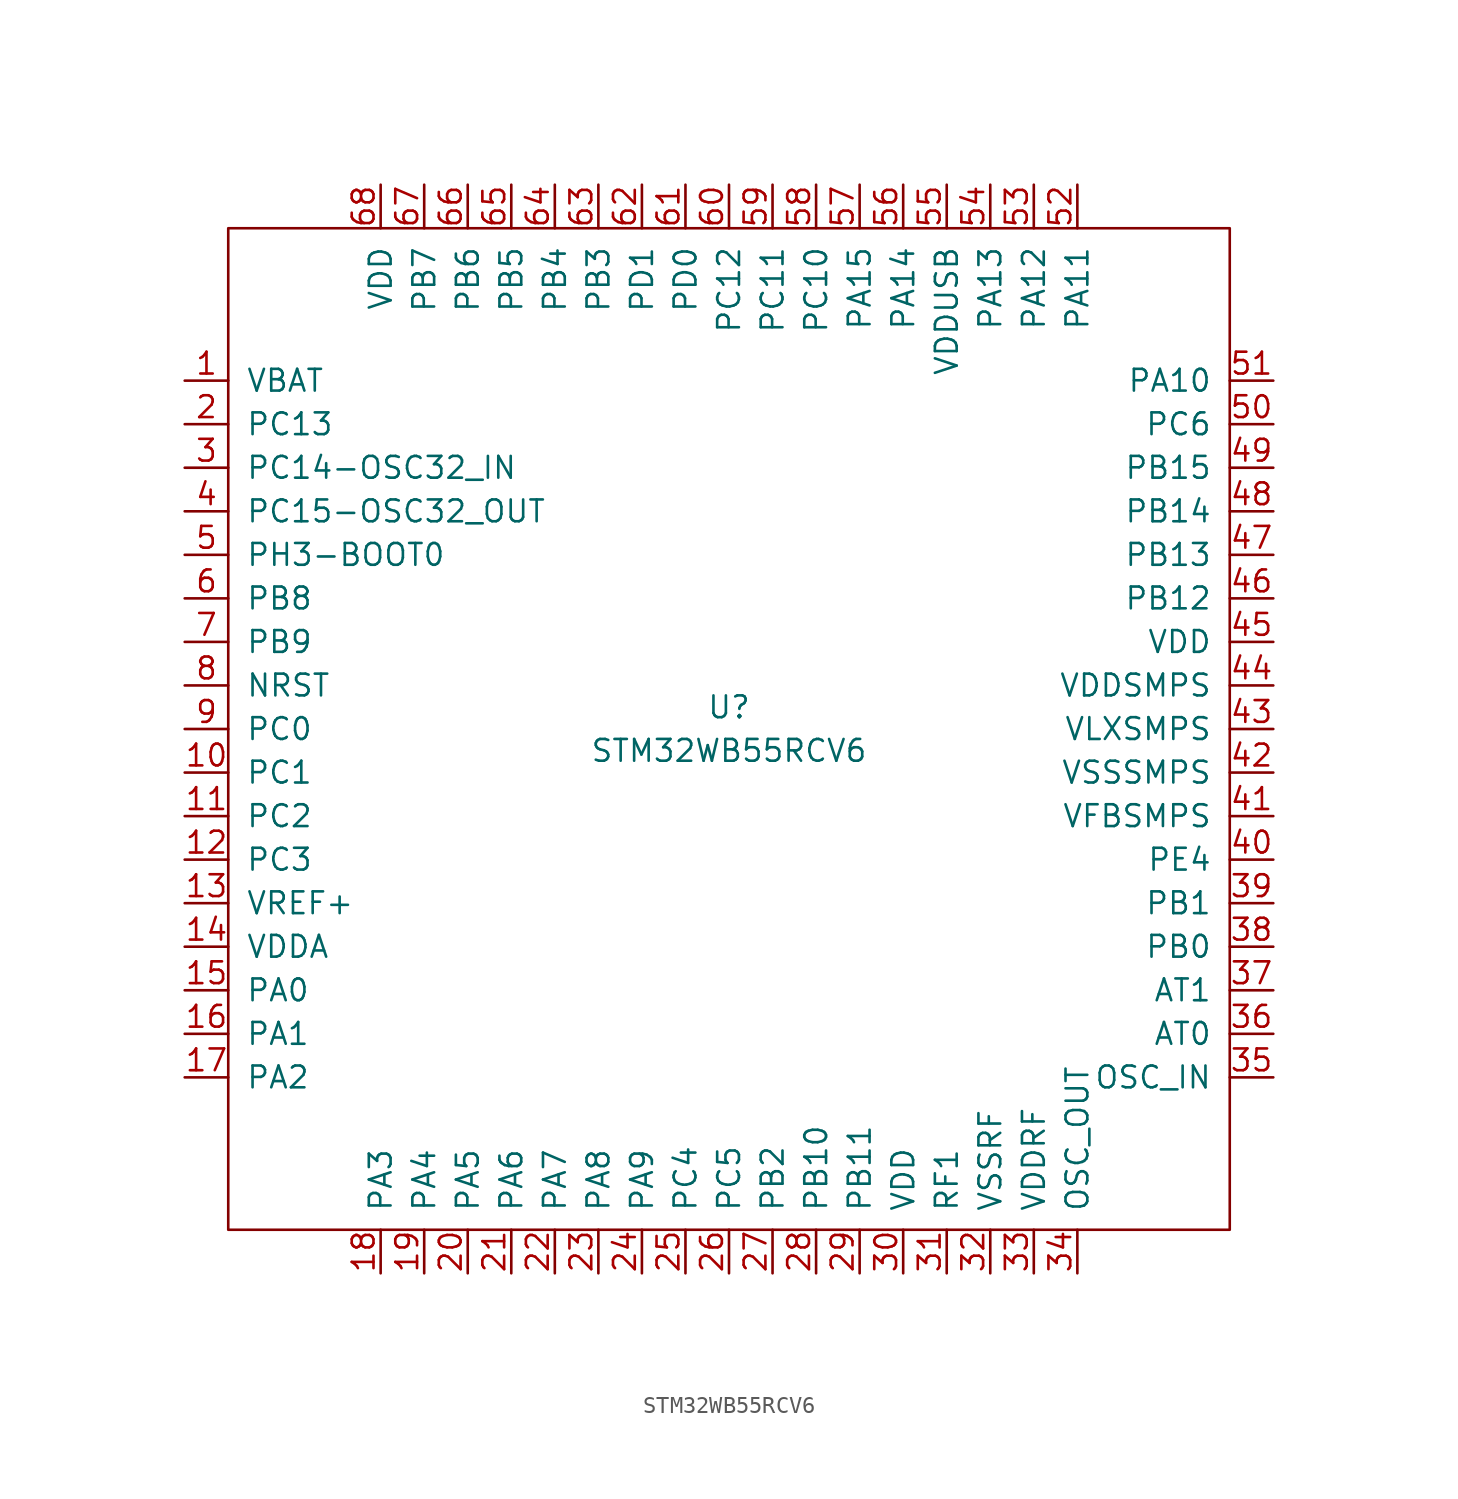
<source format=kicad_sym>
(kicad_symbol_lib
  (version 20201005)
  (generator kicad_symbol_editor)
  (symbol "STM32WB55RCV6"
    (pin_names
      (offset 1.016))
    (property "Reference" "U"
      (at 0 1.27 0)
      (effects (font (size 1.27 1.27))))
    (property "Value" "STM32WB55RCV6"
      (at 0 -1.27 0)
      (effects (font (size 1.27 1.27))))
    (symbol "STM32WB55RCV6_0_1"
      (rectangle (start -29.21 29.21) (end 29.21 -29.21) (stroke (width 0)) (fill (type none))))
    (symbol "STM32WB55RCV6_1_1"
      (pin power_in line (at -31.75 20.32 0) (length 2.54) (name "VBAT" (effects (font (size 1.27 1.27)))) (number "1" (effects (font (size 1.27 1.27)))))
      (pin bidirectional line (at -31.75 -2.54 0) (length 2.54) (name "PC1" (effects (font (size 1.27 1.27)))) (number "10" (effects (font (size 1.27 1.27)))))
      (pin bidirectional line (at -31.75 -5.08 0) (length 2.54) (name "PC2" (effects (font (size 1.27 1.27)))) (number "11" (effects (font (size 1.27 1.27)))))
      (pin bidirectional line (at -31.75 -7.62 0) (length 2.54) (name "PC3" (effects (font (size 1.27 1.27)))) (number "12" (effects (font (size 1.27 1.27)))))
      (pin power_in line (at -31.75 -10.16 0) (length 2.54) (name "VREF+" (effects (font (size 1.27 1.27)))) (number "13" (effects (font (size 1.27 1.27)))))
      (pin power_in line (at -31.75 -12.7 0) (length 2.54) (name "VDDA" (effects (font (size 1.27 1.27)))) (number "14" (effects (font (size 1.27 1.27)))))
      (pin bidirectional line (at -31.75 -15.24 0) (length 2.54) (name "PA0" (effects (font (size 1.27 1.27)))) (number "15" (effects (font (size 1.27 1.27)))))
      (pin bidirectional line (at -31.75 -17.78 0) (length 2.54) (name "PA1" (effects (font (size 1.27 1.27)))) (number "16" (effects (font (size 1.27 1.27)))))
      (pin bidirectional line (at -31.75 -20.32 0) (length 2.54) (name "PA2" (effects (font (size 1.27 1.27)))) (number "17" (effects (font (size 1.27 1.27)))))
      (pin bidirectional line (at -20.32 -31.75 90) (length 2.54) (name "PA3" (effects (font (size 1.27 1.27)))) (number "18" (effects (font (size 1.27 1.27)))))
      (pin bidirectional line (at -17.78 -31.75 90) (length 2.54) (name "PA4" (effects (font (size 1.27 1.27)))) (number "19" (effects (font (size 1.27 1.27)))))
      (pin bidirectional line (at -31.75 17.78 0) (length 2.54) (name "PC13" (effects (font (size 1.27 1.27)))) (number "2" (effects (font (size 1.27 1.27)))))
      (pin bidirectional line (at -15.24 -31.75 90) (length 2.54) (name "PA5" (effects (font (size 1.27 1.27)))) (number "20" (effects (font (size 1.27 1.27)))))
      (pin bidirectional line (at -12.7 -31.75 90) (length 2.54) (name "PA6" (effects (font (size 1.27 1.27)))) (number "21" (effects (font (size 1.27 1.27)))))
      (pin bidirectional line (at -10.16 -31.75 90) (length 2.54) (name "PA7" (effects (font (size 1.27 1.27)))) (number "22" (effects (font (size 1.27 1.27)))))
      (pin bidirectional line (at -7.62 -31.75 90) (length 2.54) (name "PA8" (effects (font (size 1.27 1.27)))) (number "23" (effects (font (size 1.27 1.27)))))
      (pin bidirectional line (at -5.08 -31.75 90) (length 2.54) (name "PA9" (effects (font (size 1.27 1.27)))) (number "24" (effects (font (size 1.27 1.27)))))
      (pin bidirectional line (at -2.54 -31.75 90) (length 2.54) (name "PC4" (effects (font (size 1.27 1.27)))) (number "25" (effects (font (size 1.27 1.27)))))
      (pin bidirectional line (at 0 -31.75 90) (length 2.54) (name "PC5" (effects (font (size 1.27 1.27)))) (number "26" (effects (font (size 1.27 1.27)))))
      (pin bidirectional line (at 2.54 -31.75 90) (length 2.54) (name "PB2" (effects (font (size 1.27 1.27)))) (number "27" (effects (font (size 1.27 1.27)))))
      (pin bidirectional line (at 5.08 -31.75 90) (length 2.54) (name "PB10" (effects (font (size 1.27 1.27)))) (number "28" (effects (font (size 1.27 1.27)))))
      (pin bidirectional line (at 7.62 -31.75 90) (length 2.54) (name "PB11" (effects (font (size 1.27 1.27)))) (number "29" (effects (font (size 1.27 1.27)))))
      (pin bidirectional line (at -31.75 15.24 0) (length 2.54) (name "PC14-OSC32_IN" (effects (font (size 1.27 1.27)))) (number "3" (effects (font (size 1.27 1.27)))))
      (pin power_in line (at 10.16 -31.75 90) (length 2.54) (name "VDD" (effects (font (size 1.27 1.27)))) (number "30" (effects (font (size 1.27 1.27)))))
      (pin bidirectional line (at 12.7 -31.75 90) (length 2.54) (name "RF1" (effects (font (size 1.27 1.27)))) (number "31" (effects (font (size 1.27 1.27)))))
      (pin power_in line (at 15.24 -31.75 90) (length 2.54) (name "VSSRF" (effects (font (size 1.27 1.27)))) (number "32" (effects (font (size 1.27 1.27)))))
      (pin power_in line (at 17.78 -31.75 90) (length 2.54) (name "VDDRF" (effects (font (size 1.27 1.27)))) (number "33" (effects (font (size 1.27 1.27)))))
      (pin output line (at 20.32 -31.75 90) (length 2.54) (name "OSC_OUT" (effects (font (size 1.27 1.27)))) (number "34" (effects (font (size 1.27 1.27)))))
      (pin input line (at 31.75 -20.32 180) (length 2.54) (name "OSC_IN" (effects (font (size 1.27 1.27)))) (number "35" (effects (font (size 1.27 1.27)))))
      (pin output line (at 31.75 -17.78 180) (length 2.54) (name "AT0" (effects (font (size 1.27 1.27)))) (number "36" (effects (font (size 1.27 1.27)))))
      (pin output line (at 31.75 -15.24 180) (length 2.54) (name "AT1" (effects (font (size 1.27 1.27)))) (number "37" (effects (font (size 1.27 1.27)))))
      (pin bidirectional line (at 31.75 -12.7 180) (length 2.54) (name "PB0" (effects (font (size 1.27 1.27)))) (number "38" (effects (font (size 1.27 1.27)))))
      (pin bidirectional line (at 31.75 -10.16 180) (length 2.54) (name "PB1" (effects (font (size 1.27 1.27)))) (number "39" (effects (font (size 1.27 1.27)))))
      (pin bidirectional line (at -31.75 12.7 0) (length 2.54) (name "PC15-OSC32_OUT" (effects (font (size 1.27 1.27)))) (number "4" (effects (font (size 1.27 1.27)))))
      (pin bidirectional line (at 31.75 -7.62 180) (length 2.54) (name "PE4" (effects (font (size 1.27 1.27)))) (number "40" (effects (font (size 1.27 1.27)))))
      (pin power_in line (at 31.75 -5.08 180) (length 2.54) (name "VFBSMPS" (effects (font (size 1.27 1.27)))) (number "41" (effects (font (size 1.27 1.27)))))
      (pin power_in line (at 31.75 -2.54 180) (length 2.54) (name "VSSSMPS" (effects (font (size 1.27 1.27)))) (number "42" (effects (font (size 1.27 1.27)))))
      (pin power_in line (at 31.75 0 180) (length 2.54) (name "VLXSMPS" (effects (font (size 1.27 1.27)))) (number "43" (effects (font (size 1.27 1.27)))))
      (pin power_in line (at 31.75 2.54 180) (length 2.54) (name "VDDSMPS" (effects (font (size 1.27 1.27)))) (number "44" (effects (font (size 1.27 1.27)))))
      (pin power_in line (at 31.75 5.08 180) (length 2.54) (name "VDD" (effects (font (size 1.27 1.27)))) (number "45" (effects (font (size 1.27 1.27)))))
      (pin bidirectional line (at 31.75 7.62 180) (length 2.54) (name "PB12" (effects (font (size 1.27 1.27)))) (number "46" (effects (font (size 1.27 1.27)))))
      (pin bidirectional line (at 31.75 10.16 180) (length 2.54) (name "PB13" (effects (font (size 1.27 1.27)))) (number "47" (effects (font (size 1.27 1.27)))))
      (pin bidirectional line (at 31.75 12.7 180) (length 2.54) (name "PB14" (effects (font (size 1.27 1.27)))) (number "48" (effects (font (size 1.27 1.27)))))
      (pin bidirectional line (at 31.75 15.24 180) (length 2.54) (name "PB15" (effects (font (size 1.27 1.27)))) (number "49" (effects (font (size 1.27 1.27)))))
      (pin bidirectional line (at -31.75 10.16 0) (length 2.54) (name "PH3-BOOT0" (effects (font (size 1.27 1.27)))) (number "5" (effects (font (size 1.27 1.27)))))
      (pin bidirectional line (at 31.75 17.78 180) (length 2.54) (name "PC6" (effects (font (size 1.27 1.27)))) (number "50" (effects (font (size 1.27 1.27)))))
      (pin bidirectional line (at 31.75 20.32 180) (length 2.54) (name "PA10" (effects (font (size 1.27 1.27)))) (number "51" (effects (font (size 1.27 1.27)))))
      (pin bidirectional line (at 20.32 31.75 270) (length 2.54) (name "PA11" (effects (font (size 1.27 1.27)))) (number "52" (effects (font (size 1.27 1.27)))))
      (pin bidirectional line (at 17.78 31.75 270) (length 2.54) (name "PA12" (effects (font (size 1.27 1.27)))) (number "53" (effects (font (size 1.27 1.27)))))
      (pin bidirectional line (at 15.24 31.75 270) (length 2.54) (name "PA13" (effects (font (size 1.27 1.27)))) (number "54" (effects (font (size 1.27 1.27)))))
      (pin power_in line (at 12.7 31.75 270) (length 2.54) (name "VDDUSB" (effects (font (size 1.27 1.27)))) (number "55" (effects (font (size 1.27 1.27)))))
      (pin bidirectional line (at 10.16 31.75 270) (length 2.54) (name "PA14" (effects (font (size 1.27 1.27)))) (number "56" (effects (font (size 1.27 1.27)))))
      (pin bidirectional line (at 7.62 31.75 270) (length 2.54) (name "PA15" (effects (font (size 1.27 1.27)))) (number "57" (effects (font (size 1.27 1.27)))))
      (pin bidirectional line (at 5.08 31.75 270) (length 2.54) (name "PC10" (effects (font (size 1.27 1.27)))) (number "58" (effects (font (size 1.27 1.27)))))
      (pin bidirectional line (at 2.54 31.75 270) (length 2.54) (name "PC11" (effects (font (size 1.27 1.27)))) (number "59" (effects (font (size 1.27 1.27)))))
      (pin bidirectional line (at -31.75 7.62 0) (length 2.54) (name "PB8" (effects (font (size 1.27 1.27)))) (number "6" (effects (font (size 1.27 1.27)))))
      (pin bidirectional line (at 0 31.75 270) (length 2.54) (name "PC12" (effects (font (size 1.27 1.27)))) (number "60" (effects (font (size 1.27 1.27)))))
      (pin bidirectional line (at -2.54 31.75 270) (length 2.54) (name "PD0" (effects (font (size 1.27 1.27)))) (number "61" (effects (font (size 1.27 1.27)))))
      (pin bidirectional line (at -5.08 31.75 270) (length 2.54) (name "PD1" (effects (font (size 1.27 1.27)))) (number "62" (effects (font (size 1.27 1.27)))))
      (pin bidirectional line (at -7.62 31.75 270) (length 2.54) (name "PB3" (effects (font (size 1.27 1.27)))) (number "63" (effects (font (size 1.27 1.27)))))
      (pin bidirectional line (at -10.16 31.75 270) (length 2.54) (name "PB4" (effects (font (size 1.27 1.27)))) (number "64" (effects (font (size 1.27 1.27)))))
      (pin bidirectional line (at -12.7 31.75 270) (length 2.54) (name "PB5" (effects (font (size 1.27 1.27)))) (number "65" (effects (font (size 1.27 1.27)))))
      (pin bidirectional line (at -15.24 31.75 270) (length 2.54) (name "PB6" (effects (font (size 1.27 1.27)))) (number "66" (effects (font (size 1.27 1.27)))))
      (pin bidirectional line (at -17.78 31.75 270) (length 2.54) (name "PB7" (effects (font (size 1.27 1.27)))) (number "67" (effects (font (size 1.27 1.27)))))
      (pin power_in line (at -20.32 31.75 270) (length 2.54) (name "VDD" (effects (font (size 1.27 1.27)))) (number "68" (effects (font (size 1.27 1.27)))))
      (pin bidirectional line (at -31.75 5.08 0) (length 2.54) (name "PB9" (effects (font (size 1.27 1.27)))) (number "7" (effects (font (size 1.27 1.27)))))
      (pin bidirectional line (at -31.75 2.54 0) (length 2.54) (name "NRST" (effects (font (size 1.27 1.27)))) (number "8" (effects (font (size 1.27 1.27)))))
      (pin bidirectional line (at -31.75 0 0) (length 2.54) (name "PC0" (effects (font (size 1.27 1.27)))) (number "9" (effects (font (size 1.27 1.27))))))))
</source>
